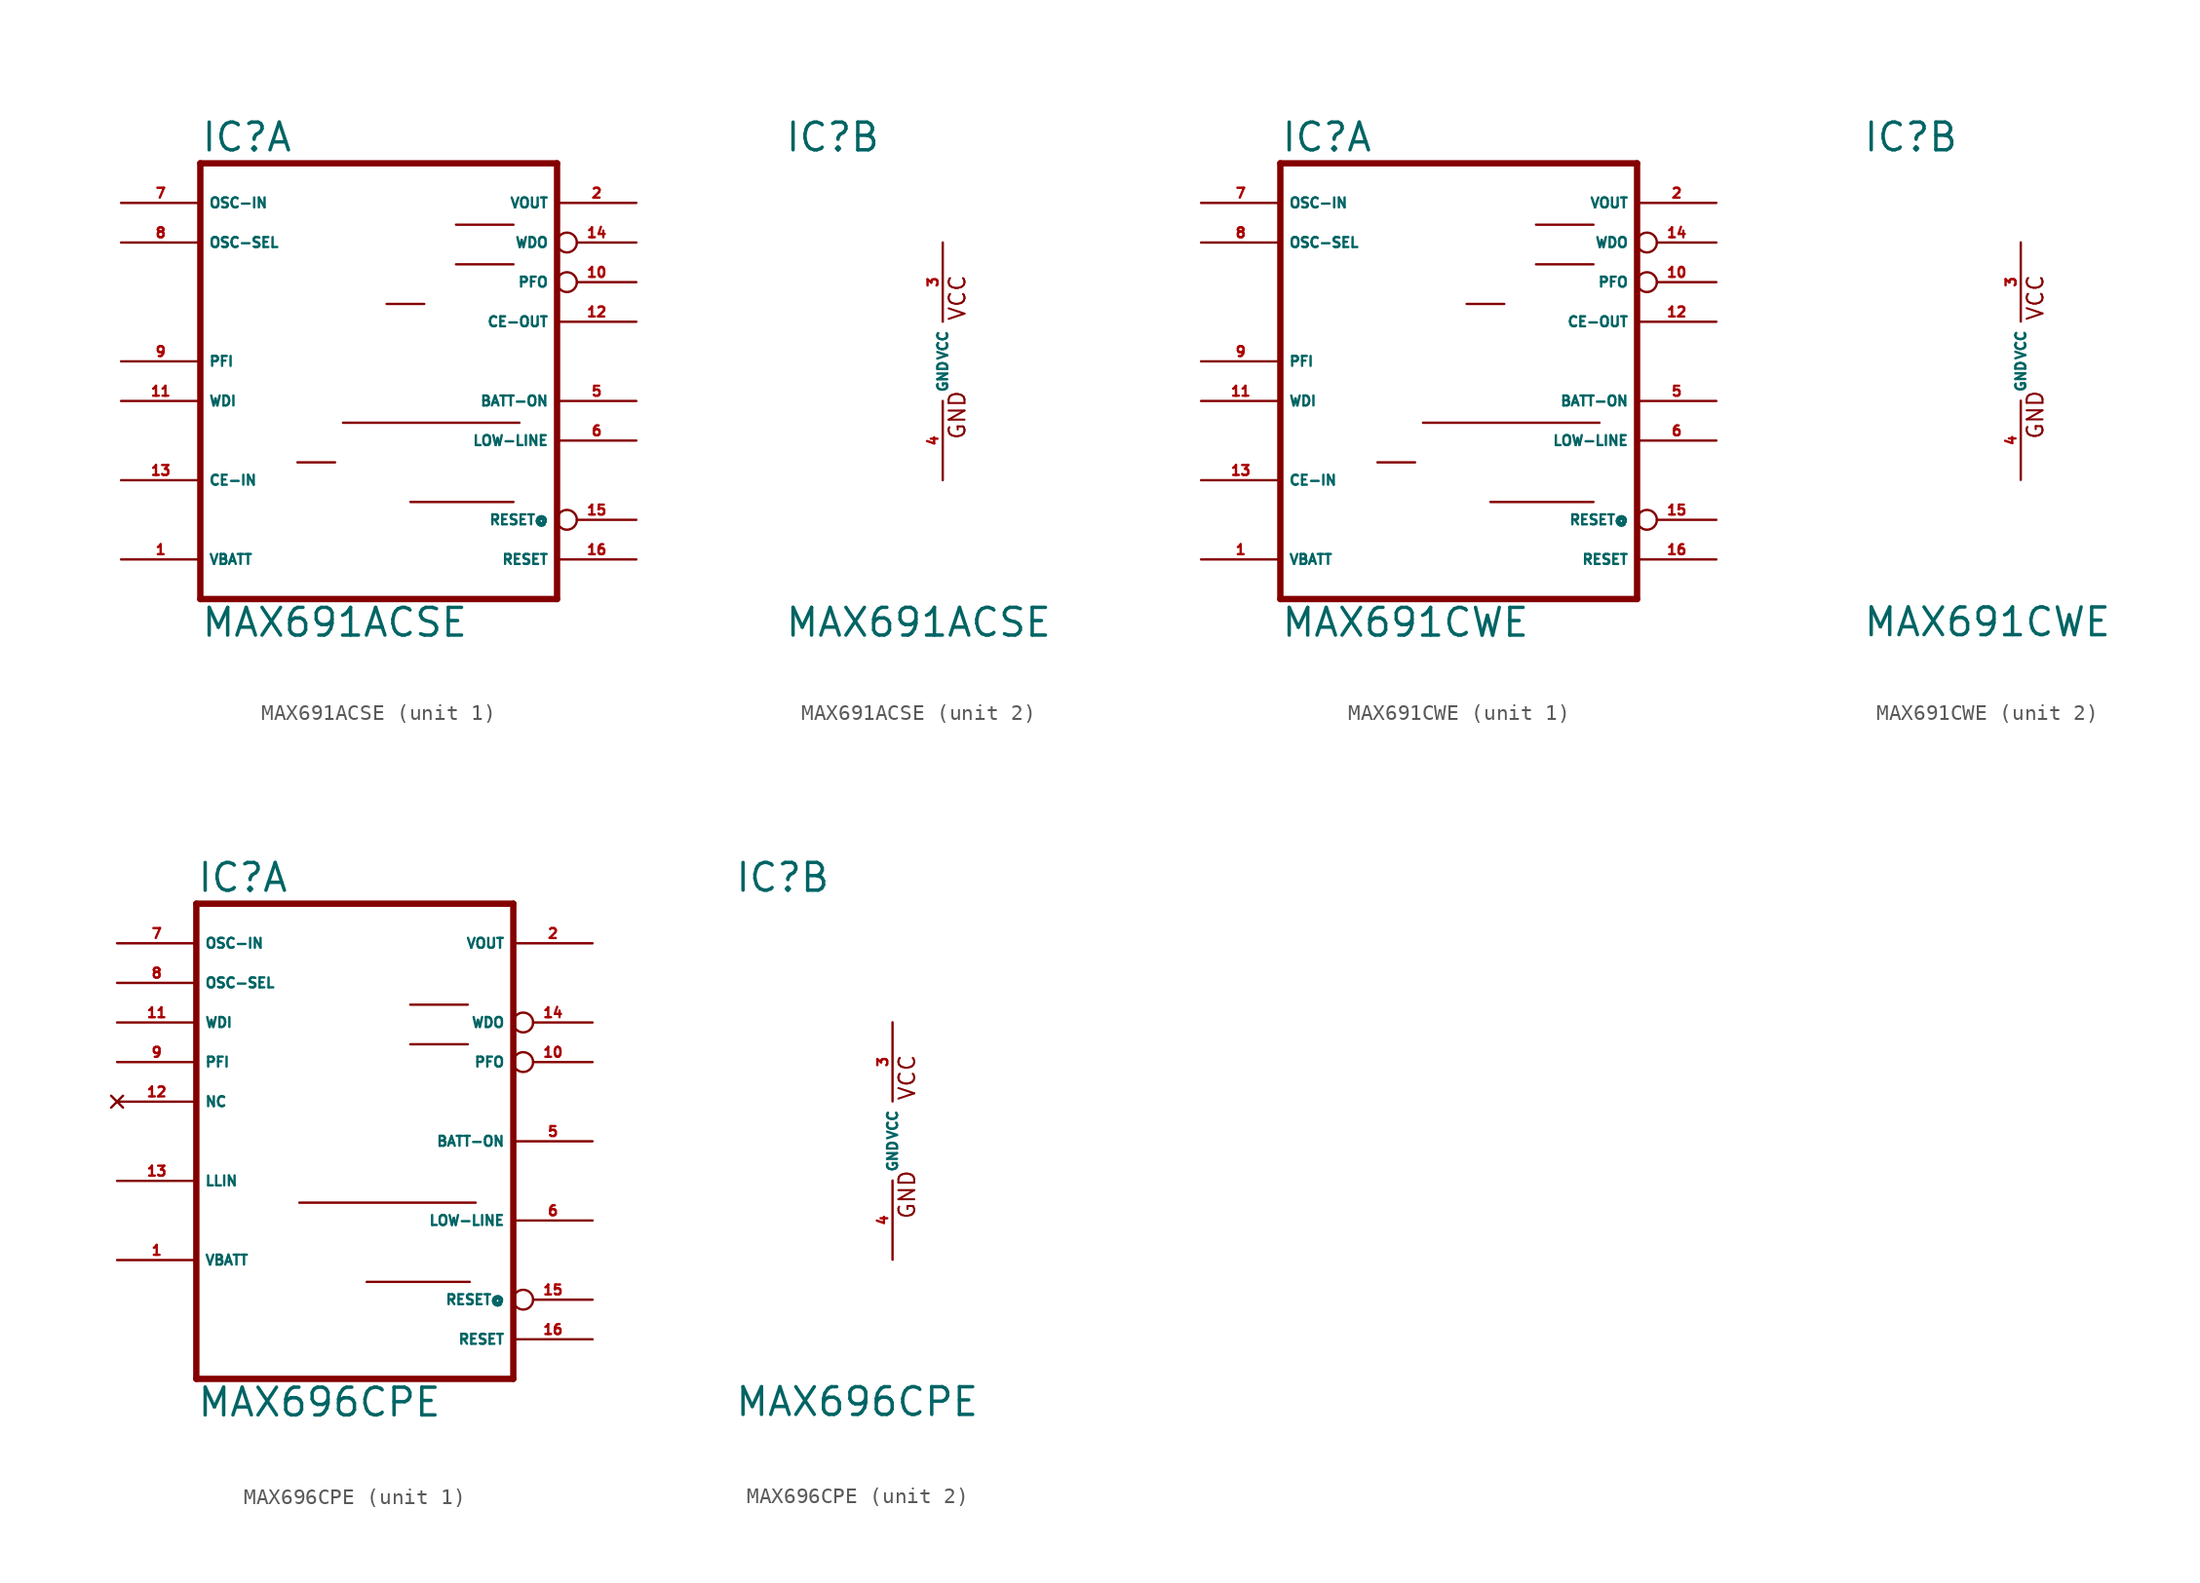
<source format=kicad_sym>
(kicad_symbol_lib
  (version 20220914)
  (generator Eagle2Kicad)
  (symbol "MAX691ACSE"
    (property "Reference" "IC"
      (at -10.16 13.335 0)
      (effects (font (size 1.778 1.778) (thickness 0.22)) (justify left bottom)))
    (property "Value" "MAX691ACSE"
      (at -10.16 -17.78 0)
      (effects (font (size 1.778 1.778) (thickness 0.22)) (justify left bottom)))
    (symbol "MAX691ACSE_1_0"
      (polyline (pts (xy -10.16 -15.24) (xy 12.7 -15.24)) (stroke (width 0.406) (type default)) (fill (type none)))
      (polyline (pts (xy 12.7 12.7) (xy 12.7 -15.24)) (stroke (width 0.406) (type default)) (fill (type none)))
      (polyline (pts (xy 12.7 12.7) (xy -10.16 12.7)) (stroke (width 0.406) (type default)) (fill (type none)))
      (polyline (pts (xy -10.16 -15.24) (xy -10.16 12.7)) (stroke (width 0.406) (type default)) (fill (type none)))
      (polyline (pts (xy -1.016 -3.937) (xy 10.287 -3.937)) (stroke (width 0.152) (type default)) (fill (type none)))
      (polyline (pts (xy 3.302 -9.017) (xy 9.906 -9.017)) (stroke (width 0.152) (type default)) (fill (type none)))
      (polyline (pts (xy 6.223 6.223) (xy 9.906 6.223)) (stroke (width 0.152) (type default)) (fill (type none)))
      (polyline (pts (xy 6.223 8.763) (xy 9.906 8.763)) (stroke (width 0.152) (type default)) (fill (type none)))
      (polyline (pts (xy -3.937 -6.477) (xy -1.524 -6.477)) (stroke (width 0.152) (type default)) (fill (type none)))
      (polyline (pts (xy 1.778 3.683) (xy 4.191 3.683)) (stroke (width 0.152) (type default)) (fill (type none)))
      (pin input line (at -15.24 -12.7 0) (length 5.08) (name "VBATT" (effects (font (size 0.635 0.635) (thickness 0.08)) (justify left bottom))) (number "1" (effects (font (size 0.635 0.635) (thickness 0.08)) (justify left bottom))))
      (pin output line (at 17.78 -2.54 180) (length 5.08) (name "BATT-ON" (effects (font (size 0.635 0.635) (thickness 0.08)) (justify left bottom))) (number "5" (effects (font (size 0.635 0.635) (thickness 0.08)) (justify left bottom))))
      (pin output inverted (at 17.78 5.08 180) (length 5.08) (name "PFO" (effects (font (size 0.635 0.635) (thickness 0.08)) (justify left bottom))) (number "10" (effects (font (size 0.635 0.635) (thickness 0.08)) (justify left bottom))))
      (pin output line (at 17.78 10.16 180) (length 5.08) (name "VOUT" (effects (font (size 0.635 0.635) (thickness 0.08)) (justify left bottom))) (number "2" (effects (font (size 0.635 0.635) (thickness 0.08)) (justify left bottom))))
      (pin output line (at 17.78 -5.08 180) (length 5.08) (name "LOW-LINE" (effects (font (size 0.635 0.635) (thickness 0.08)) (justify left bottom))) (number "6" (effects (font (size 0.635 0.635) (thickness 0.08)) (justify left bottom))))
      (pin passive line (at -15.24 10.16 0) (length 5.08) (name "OSC-IN" (effects (font (size 0.635 0.635) (thickness 0.08)) (justify left bottom))) (number "7" (effects (font (size 0.635 0.635) (thickness 0.08)) (justify left bottom))))
      (pin passive line (at -15.24 7.62 0) (length 5.08) (name "OSC-SEL" (effects (font (size 0.635 0.635) (thickness 0.08)) (justify left bottom))) (number "8" (effects (font (size 0.635 0.635) (thickness 0.08)) (justify left bottom))))
      (pin output line (at 17.78 2.54 180) (length 5.08) (name "CE-OUT" (effects (font (size 0.635 0.635) (thickness 0.08)) (justify left bottom))) (number "12" (effects (font (size 0.635 0.635) (thickness 0.08)) (justify left bottom))))
      (pin input line (at -15.24 0 0) (length 5.08) (name "PFI" (effects (font (size 0.635 0.635) (thickness 0.08)) (justify left bottom))) (number "9" (effects (font (size 0.635 0.635) (thickness 0.08)) (justify left bottom))))
      (pin input line (at -15.24 -2.54 0) (length 5.08) (name "WDI" (effects (font (size 0.635 0.635) (thickness 0.08)) (justify left bottom))) (number "11" (effects (font (size 0.635 0.635) (thickness 0.08)) (justify left bottom))))
      (pin output inverted (at 17.78 7.62 180) (length 5.08) (name "WDO" (effects (font (size 0.635 0.635) (thickness 0.08)) (justify left bottom))) (number "14" (effects (font (size 0.635 0.635) (thickness 0.08)) (justify left bottom))))
      (pin output line (at 17.78 -12.7 180) (length 5.08) (name "RESET" (effects (font (size 0.635 0.635) (thickness 0.08)) (justify left bottom))) (number "16" (effects (font (size 0.635 0.635) (thickness 0.08)) (justify left bottom))))
      (pin input line (at -15.24 -7.62 0) (length 5.08) (name "CE-IN" (effects (font (size 0.635 0.635) (thickness 0.08)) (justify left bottom))) (number "13" (effects (font (size 0.635 0.635) (thickness 0.08)) (justify left bottom))))
      (pin output inverted (at 17.78 -10.16 180) (length 5.08) (name "RESET@" (effects (font (size 0.635 0.635) (thickness 0.08)) (justify left bottom))) (number "15" (effects (font (size 0.635 0.635) (thickness 0.08)) (justify left bottom)))))
    (symbol "MAX691ACSE_2_0"
      (text "GND" (at 1.524 -5.08 900) (effects (font (size 1.016 1.016) (thickness 0.13)) (justify left bottom)))
      (text "VCC" (at 1.524 2.54 900) (effects (font (size 1.016 1.016) (thickness 0.13)) (justify left bottom)))
      (pin unspecified line (at 0 7.62 270) (length 5.08) (name "VCC" (effects (font (size 0.635 0.635) (thickness 0.08)) (justify left bottom))) (number "3" (effects (font (size 0.635 0.635) (thickness 0.08)) (justify left bottom))))
      (pin unspecified line (at 0 -7.62 90) (length 5.08) (name "GND" (effects (font (size 0.635 0.635) (thickness 0.08)) (justify left bottom))) (number "4" (effects (font (size 0.635 0.635) (thickness 0.08)) (justify left bottom))))))
  (symbol "MAX691CWE"
    (property "Reference" "IC"
      (at -10.16 13.335 0)
      (effects (font (size 1.778 1.778) (thickness 0.22)) (justify left bottom)))
    (property "Value" "MAX691CWE"
      (at -10.16 -17.78 0)
      (effects (font (size 1.778 1.778) (thickness 0.22)) (justify left bottom)))
    (symbol "MAX691CWE_1_0"
      (polyline (pts (xy -10.16 -15.24) (xy 12.7 -15.24)) (stroke (width 0.406) (type default)) (fill (type none)))
      (polyline (pts (xy 12.7 12.7) (xy 12.7 -15.24)) (stroke (width 0.406) (type default)) (fill (type none)))
      (polyline (pts (xy 12.7 12.7) (xy -10.16 12.7)) (stroke (width 0.406) (type default)) (fill (type none)))
      (polyline (pts (xy -10.16 -15.24) (xy -10.16 12.7)) (stroke (width 0.406) (type default)) (fill (type none)))
      (polyline (pts (xy -1.016 -3.937) (xy 10.287 -3.937)) (stroke (width 0.152) (type default)) (fill (type none)))
      (polyline (pts (xy 3.302 -9.017) (xy 9.906 -9.017)) (stroke (width 0.152) (type default)) (fill (type none)))
      (polyline (pts (xy 6.223 6.223) (xy 9.906 6.223)) (stroke (width 0.152) (type default)) (fill (type none)))
      (polyline (pts (xy 6.223 8.763) (xy 9.906 8.763)) (stroke (width 0.152) (type default)) (fill (type none)))
      (polyline (pts (xy -3.937 -6.477) (xy -1.524 -6.477)) (stroke (width 0.152) (type default)) (fill (type none)))
      (polyline (pts (xy 1.778 3.683) (xy 4.191 3.683)) (stroke (width 0.152) (type default)) (fill (type none)))
      (pin input line (at -15.24 -12.7 0) (length 5.08) (name "VBATT" (effects (font (size 0.635 0.635) (thickness 0.08)) (justify left bottom))) (number "1" (effects (font (size 0.635 0.635) (thickness 0.08)) (justify left bottom))))
      (pin output line (at 17.78 -2.54 180) (length 5.08) (name "BATT-ON" (effects (font (size 0.635 0.635) (thickness 0.08)) (justify left bottom))) (number "5" (effects (font (size 0.635 0.635) (thickness 0.08)) (justify left bottom))))
      (pin output inverted (at 17.78 5.08 180) (length 5.08) (name "PFO" (effects (font (size 0.635 0.635) (thickness 0.08)) (justify left bottom))) (number "10" (effects (font (size 0.635 0.635) (thickness 0.08)) (justify left bottom))))
      (pin output line (at 17.78 10.16 180) (length 5.08) (name "VOUT" (effects (font (size 0.635 0.635) (thickness 0.08)) (justify left bottom))) (number "2" (effects (font (size 0.635 0.635) (thickness 0.08)) (justify left bottom))))
      (pin output line (at 17.78 -5.08 180) (length 5.08) (name "LOW-LINE" (effects (font (size 0.635 0.635) (thickness 0.08)) (justify left bottom))) (number "6" (effects (font (size 0.635 0.635) (thickness 0.08)) (justify left bottom))))
      (pin passive line (at -15.24 10.16 0) (length 5.08) (name "OSC-IN" (effects (font (size 0.635 0.635) (thickness 0.08)) (justify left bottom))) (number "7" (effects (font (size 0.635 0.635) (thickness 0.08)) (justify left bottom))))
      (pin passive line (at -15.24 7.62 0) (length 5.08) (name "OSC-SEL" (effects (font (size 0.635 0.635) (thickness 0.08)) (justify left bottom))) (number "8" (effects (font (size 0.635 0.635) (thickness 0.08)) (justify left bottom))))
      (pin output line (at 17.78 2.54 180) (length 5.08) (name "CE-OUT" (effects (font (size 0.635 0.635) (thickness 0.08)) (justify left bottom))) (number "12" (effects (font (size 0.635 0.635) (thickness 0.08)) (justify left bottom))))
      (pin input line (at -15.24 0 0) (length 5.08) (name "PFI" (effects (font (size 0.635 0.635) (thickness 0.08)) (justify left bottom))) (number "9" (effects (font (size 0.635 0.635) (thickness 0.08)) (justify left bottom))))
      (pin input line (at -15.24 -2.54 0) (length 5.08) (name "WDI" (effects (font (size 0.635 0.635) (thickness 0.08)) (justify left bottom))) (number "11" (effects (font (size 0.635 0.635) (thickness 0.08)) (justify left bottom))))
      (pin output inverted (at 17.78 7.62 180) (length 5.08) (name "WDO" (effects (font (size 0.635 0.635) (thickness 0.08)) (justify left bottom))) (number "14" (effects (font (size 0.635 0.635) (thickness 0.08)) (justify left bottom))))
      (pin output line (at 17.78 -12.7 180) (length 5.08) (name "RESET" (effects (font (size 0.635 0.635) (thickness 0.08)) (justify left bottom))) (number "16" (effects (font (size 0.635 0.635) (thickness 0.08)) (justify left bottom))))
      (pin input line (at -15.24 -7.62 0) (length 5.08) (name "CE-IN" (effects (font (size 0.635 0.635) (thickness 0.08)) (justify left bottom))) (number "13" (effects (font (size 0.635 0.635) (thickness 0.08)) (justify left bottom))))
      (pin output inverted (at 17.78 -10.16 180) (length 5.08) (name "RESET@" (effects (font (size 0.635 0.635) (thickness 0.08)) (justify left bottom))) (number "15" (effects (font (size 0.635 0.635) (thickness 0.08)) (justify left bottom)))))
    (symbol "MAX691CWE_2_0"
      (text "GND" (at 1.524 -5.08 900) (effects (font (size 1.016 1.016) (thickness 0.13)) (justify left bottom)))
      (text "VCC" (at 1.524 2.54 900) (effects (font (size 1.016 1.016) (thickness 0.13)) (justify left bottom)))
      (pin unspecified line (at 0 7.62 270) (length 5.08) (name "VCC" (effects (font (size 0.635 0.635) (thickness 0.08)) (justify left bottom))) (number "3" (effects (font (size 0.635 0.635) (thickness 0.08)) (justify left bottom))))
      (pin unspecified line (at 0 -7.62 90) (length 5.08) (name "GND" (effects (font (size 0.635 0.635) (thickness 0.08)) (justify left bottom))) (number "4" (effects (font (size 0.635 0.635) (thickness 0.08)) (justify left bottom))))))
  (symbol "MAX696CPE"
    (property "Reference" "IC"
      (at -10.16 15.875 0)
      (effects (font (size 1.778 1.778) (thickness 0.22)) (justify left bottom)))
    (property "Value" "MAX696CPE"
      (at -10.16 -17.78 0)
      (effects (font (size 1.778 1.778) (thickness 0.22)) (justify left bottom)))
    (symbol "MAX696CPE_1_0"
      (polyline (pts (xy -10.16 -15.24) (xy 10.16 -15.24)) (stroke (width 0.406) (type default)) (fill (type none)))
      (polyline (pts (xy 10.16 15.24) (xy 10.16 -15.24)) (stroke (width 0.406) (type default)) (fill (type none)))
      (polyline (pts (xy 10.16 15.24) (xy -10.16 15.24)) (stroke (width 0.406) (type default)) (fill (type none)))
      (polyline (pts (xy -10.16 -15.24) (xy -10.16 15.24)) (stroke (width 0.406) (type default)) (fill (type none)))
      (polyline (pts (xy 0.762 -9.017) (xy 7.366 -9.017)) (stroke (width 0.152) (type default)) (fill (type none)))
      (polyline (pts (xy 3.556 6.223) (xy 7.239 6.223)) (stroke (width 0.152) (type default)) (fill (type none)))
      (polyline (pts (xy 3.556 8.763) (xy 7.239 8.763)) (stroke (width 0.152) (type default)) (fill (type none)))
      (polyline (pts (xy -3.556 -3.937) (xy 7.747 -3.937)) (stroke (width 0.152) (type default)) (fill (type none)))
      (pin input line (at -15.24 -7.62 0) (length 5.08) (name "VBATT" (effects (font (size 0.635 0.635) (thickness 0.08)) (justify left bottom))) (number "1" (effects (font (size 0.635 0.635) (thickness 0.08)) (justify left bottom))))
      (pin output line (at 15.24 0 180) (length 5.08) (name "BATT-ON" (effects (font (size 0.635 0.635) (thickness 0.08)) (justify left bottom))) (number "5" (effects (font (size 0.635 0.635) (thickness 0.08)) (justify left bottom))))
      (pin output inverted (at 15.24 5.08 180) (length 5.08) (name "PFO" (effects (font (size 0.635 0.635) (thickness 0.08)) (justify left bottom))) (number "10" (effects (font (size 0.635 0.635) (thickness 0.08)) (justify left bottom))))
      (pin output line (at 15.24 12.7 180) (length 5.08) (name "VOUT" (effects (font (size 0.635 0.635) (thickness 0.08)) (justify left bottom))) (number "2" (effects (font (size 0.635 0.635) (thickness 0.08)) (justify left bottom))))
      (pin output line (at 15.24 -5.08 180) (length 5.08) (name "LOW-LINE" (effects (font (size 0.635 0.635) (thickness 0.08)) (justify left bottom))) (number "6" (effects (font (size 0.635 0.635) (thickness 0.08)) (justify left bottom))))
      (pin passive line (at -15.24 12.7 0) (length 5.08) (name "OSC-IN" (effects (font (size 0.635 0.635) (thickness 0.08)) (justify left bottom))) (number "7" (effects (font (size 0.635 0.635) (thickness 0.08)) (justify left bottom))))
      (pin passive line (at -15.24 10.16 0) (length 5.08) (name "OSC-SEL" (effects (font (size 0.635 0.635) (thickness 0.08)) (justify left bottom))) (number "8" (effects (font (size 0.635 0.635) (thickness 0.08)) (justify left bottom))))
      (pin input line (at -15.24 -2.54 0) (length 5.08) (name "LLIN" (effects (font (size 0.635 0.635) (thickness 0.08)) (justify left bottom))) (number "13" (effects (font (size 0.635 0.635) (thickness 0.08)) (justify left bottom))))
      (pin input line (at -15.24 5.08 0) (length 5.08) (name "PFI" (effects (font (size 0.635 0.635) (thickness 0.08)) (justify left bottom))) (number "9" (effects (font (size 0.635 0.635) (thickness 0.08)) (justify left bottom))))
      (pin input line (at -15.24 7.62 0) (length 5.08) (name "WDI" (effects (font (size 0.635 0.635) (thickness 0.08)) (justify left bottom))) (number "11" (effects (font (size 0.635 0.635) (thickness 0.08)) (justify left bottom))))
      (pin output inverted (at 15.24 7.62 180) (length 5.08) (name "WDO" (effects (font (size 0.635 0.635) (thickness 0.08)) (justify left bottom))) (number "14" (effects (font (size 0.635 0.635) (thickness 0.08)) (justify left bottom))))
      (pin output line (at 15.24 -12.7 180) (length 5.08) (name "RESET" (effects (font (size 0.635 0.635) (thickness 0.08)) (justify left bottom))) (number "16" (effects (font (size 0.635 0.635) (thickness 0.08)) (justify left bottom))))
      (pin no_connect line (at -15.24 2.54 0) (length 5.08) (name "NC" (effects (font (size 0.635 0.635) (thickness 0.08)) (justify left bottom) hide)) (number "12" (effects (font (size 0.635 0.635) (thickness 0.08)) (justify left bottom) hide)))
      (pin output inverted (at 15.24 -10.16 180) (length 5.08) (name "RESET@" (effects (font (size 0.635 0.635) (thickness 0.08)) (justify left bottom))) (number "15" (effects (font (size 0.635 0.635) (thickness 0.08)) (justify left bottom)))))
    (symbol "MAX696CPE_2_0"
      (text "GND" (at 1.524 -5.08 900) (effects (font (size 1.016 1.016) (thickness 0.13)) (justify left bottom)))
      (text "VCC" (at 1.524 2.54 900) (effects (font (size 1.016 1.016) (thickness 0.13)) (justify left bottom)))
      (pin unspecified line (at 0 7.62 270) (length 5.08) (name "VCC" (effects (font (size 0.635 0.635) (thickness 0.08)) (justify left bottom))) (number "3" (effects (font (size 0.635 0.635) (thickness 0.08)) (justify left bottom))))
      (pin unspecified line (at 0 -7.62 90) (length 5.08) (name "GND" (effects (font (size 0.635 0.635) (thickness 0.08)) (justify left bottom))) (number "4" (effects (font (size 0.635 0.635) (thickness 0.08)) (justify left bottom)))))))
</source>
